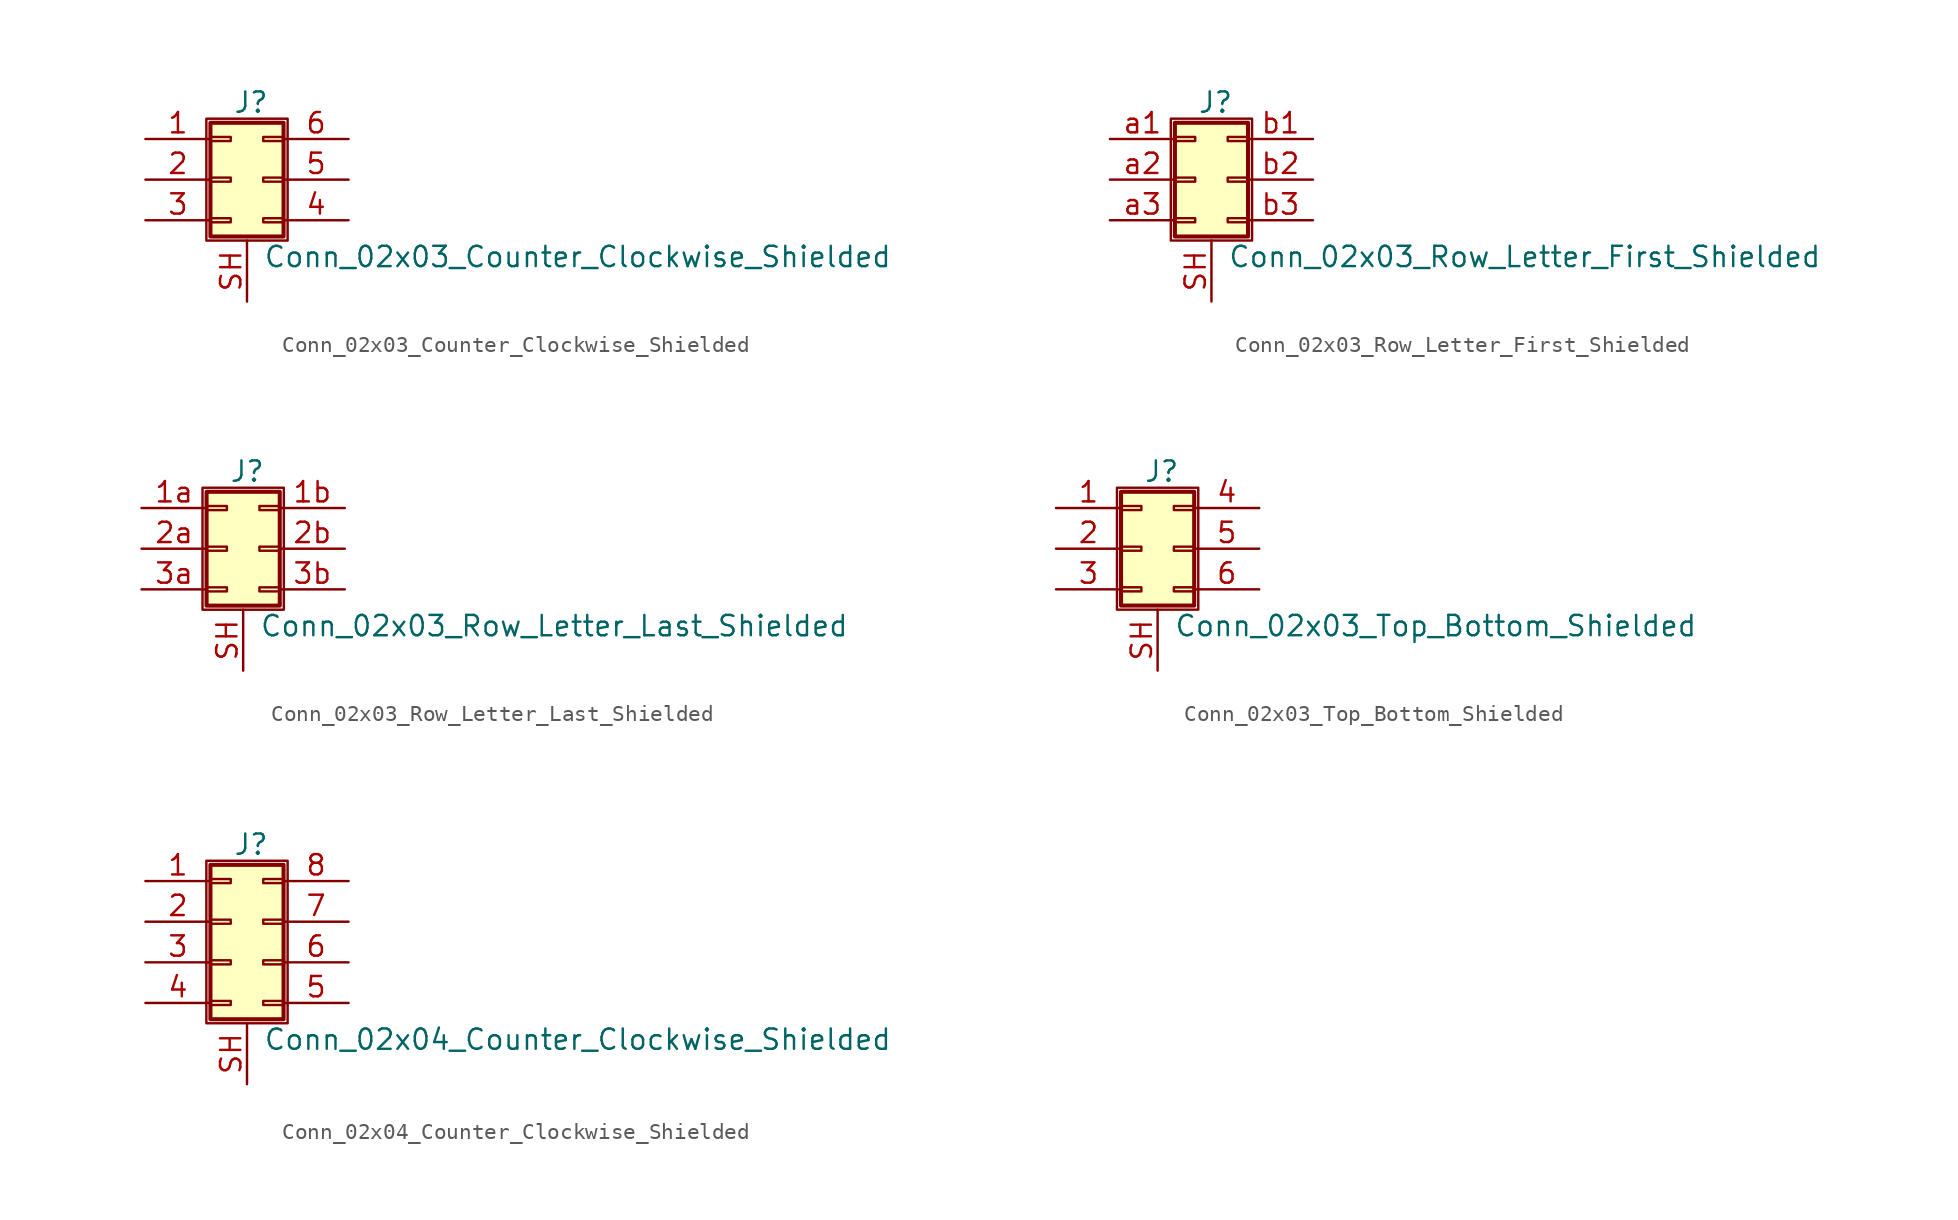
<source format=kicad_sym>
(kicad_symbol_lib
  (version 20220914)
  (generator kicad_symbol_editor)
  (symbol "Conn_02x03_Counter_Clockwise_Shielded"
    (pin_names
      (offset 1.016) hide)
    (property "Reference" "J"
      (at 1.524 4.826 0)
      (effects (font (size 1.27 1.27))))
    (property "Value" "Conn_02x03_Counter_Clockwise_Shielded"
      (at 2.286 -4.826 0)
      (effects (font (size 1.27 1.27)) (justify left)))
    (symbol "Conn_02x03_Counter_Clockwise_Shielded_1_1"
      (rectangle (start -1.27 3.81) (end 3.81 -3.81) (stroke (width 0.152) (type default)) (fill (type none)))
      (rectangle (start -1.016 -2.413) (end 0.254 -2.667) (stroke (width 0.152) (type default)) (fill (type none)))
      (rectangle (start -1.016 0.127) (end 0.254 -0.127) (stroke (width 0.152) (type default)) (fill (type none)))
      (rectangle (start -1.016 2.667) (end 0.254 2.413) (stroke (width 0.152) (type default)) (fill (type none)))
      (rectangle (start -1.016 3.556) (end 3.556 -3.556) (stroke (width 0.254) (type default)) (fill (type background)))
      (rectangle (start 3.556 -2.413) (end 2.286 -2.667) (stroke (width 0.152) (type default)) (fill (type none)))
      (rectangle (start 3.556 0.127) (end 2.286 -0.127) (stroke (width 0.152) (type default)) (fill (type none)))
      (rectangle (start 3.556 2.667) (end 2.286 2.413) (stroke (width 0.152) (type default)) (fill (type none)))
      (pin passive line (at -5.08 2.54 0) (length 4.064) (name "Pin_1" (effects (font (size 1.27 1.27)))) (number "1" (effects (font (size 1.27 1.27)))))
      (pin passive line (at -5.08 0 0) (length 4.064) (name "Pin_2" (effects (font (size 1.27 1.27)))) (number "2" (effects (font (size 1.27 1.27)))))
      (pin passive line (at -5.08 -2.54 0) (length 4.064) (name "Pin_3" (effects (font (size 1.27 1.27)))) (number "3" (effects (font (size 1.27 1.27)))))
      (pin passive line (at 7.62 -2.54 180) (length 4.064) (name "Pin_4" (effects (font (size 1.27 1.27)))) (number "4" (effects (font (size 1.27 1.27)))))
      (pin passive line (at 7.62 0 180) (length 4.064) (name "Pin_5" (effects (font (size 1.27 1.27)))) (number "5" (effects (font (size 1.27 1.27)))))
      (pin passive line (at 7.62 2.54 180) (length 4.064) (name "Pin_6" (effects (font (size 1.27 1.27)))) (number "6" (effects (font (size 1.27 1.27)))))
      (pin passive line (at 1.27 -7.62 90) (length 3.81) (name "Shield" (effects (font (size 1.27 1.27)))) (number "SH" (effects (font (size 1.27 1.27)))))))
  (symbol "Conn_02x03_Row_Letter_First_Shielded"
    (pin_names
      (offset 1.016) hide)
    (property "Reference" "J"
      (at 1.524 4.826 0)
      (effects (font (size 1.27 1.27))))
    (property "Value" "Conn_02x03_Row_Letter_First_Shielded"
      (at 2.286 -4.826 0)
      (effects (font (size 1.27 1.27)) (justify left)))
    (symbol "Conn_02x03_Row_Letter_First_Shielded_1_1"
      (rectangle (start -1.27 3.81) (end 3.81 -3.81) (stroke (width 0.152) (type default)) (fill (type none)))
      (rectangle (start -1.016 -2.413) (end 0.254 -2.667) (stroke (width 0.152) (type default)) (fill (type none)))
      (rectangle (start -1.016 0.127) (end 0.254 -0.127) (stroke (width 0.152) (type default)) (fill (type none)))
      (rectangle (start -1.016 2.667) (end 0.254 2.413) (stroke (width 0.152) (type default)) (fill (type none)))
      (rectangle (start -1.016 3.556) (end 3.556 -3.556) (stroke (width 0.254) (type default)) (fill (type background)))
      (rectangle (start 3.556 -2.413) (end 2.286 -2.667) (stroke (width 0.152) (type default)) (fill (type none)))
      (rectangle (start 3.556 0.127) (end 2.286 -0.127) (stroke (width 0.152) (type default)) (fill (type none)))
      (rectangle (start 3.556 2.667) (end 2.286 2.413) (stroke (width 0.152) (type default)) (fill (type none)))
      (pin passive line (at 1.27 -7.62 90) (length 3.81) (name "Shield" (effects (font (size 1.27 1.27)))) (number "SH" (effects (font (size 1.27 1.27)))))
      (pin passive line (at -5.08 2.54 0) (length 4.064) (name "Pin_a1" (effects (font (size 1.27 1.27)))) (number "a1" (effects (font (size 1.27 1.27)))))
      (pin passive line (at -5.08 0 0) (length 4.064) (name "Pin_a2" (effects (font (size 1.27 1.27)))) (number "a2" (effects (font (size 1.27 1.27)))))
      (pin passive line (at -5.08 -2.54 0) (length 4.064) (name "Pin_a3" (effects (font (size 1.27 1.27)))) (number "a3" (effects (font (size 1.27 1.27)))))
      (pin passive line (at 7.62 2.54 180) (length 4.064) (name "Pin_b1" (effects (font (size 1.27 1.27)))) (number "b1" (effects (font (size 1.27 1.27)))))
      (pin passive line (at 7.62 0 180) (length 4.064) (name "Pin_b2" (effects (font (size 1.27 1.27)))) (number "b2" (effects (font (size 1.27 1.27)))))
      (pin passive line (at 7.62 -2.54 180) (length 4.064) (name "Pin_b3" (effects (font (size 1.27 1.27)))) (number "b3" (effects (font (size 1.27 1.27)))))))
  (symbol "Conn_02x03_Row_Letter_Last_Shielded"
    (pin_names
      (offset 1.016) hide)
    (property "Reference" "J"
      (at 1.524 4.826 0)
      (effects (font (size 1.27 1.27))))
    (property "Value" "Conn_02x03_Row_Letter_Last_Shielded"
      (at 2.286 -4.826 0)
      (effects (font (size 1.27 1.27)) (justify left)))
    (symbol "Conn_02x03_Row_Letter_Last_Shielded_1_1"
      (rectangle (start -1.27 3.81) (end 3.81 -3.81) (stroke (width 0.152) (type default)) (fill (type none)))
      (rectangle (start -1.016 -2.413) (end 0.254 -2.667) (stroke (width 0.152) (type default)) (fill (type none)))
      (rectangle (start -1.016 0.127) (end 0.254 -0.127) (stroke (width 0.152) (type default)) (fill (type none)))
      (rectangle (start -1.016 2.667) (end 0.254 2.413) (stroke (width 0.152) (type default)) (fill (type none)))
      (rectangle (start -1.016 3.556) (end 3.556 -3.556) (stroke (width 0.254) (type default)) (fill (type background)))
      (rectangle (start 3.556 -2.413) (end 2.286 -2.667) (stroke (width 0.152) (type default)) (fill (type none)))
      (rectangle (start 3.556 0.127) (end 2.286 -0.127) (stroke (width 0.152) (type default)) (fill (type none)))
      (rectangle (start 3.556 2.667) (end 2.286 2.413) (stroke (width 0.152) (type default)) (fill (type none)))
      (pin passive line (at -5.08 2.54 0) (length 4.064) (name "Pin_1a" (effects (font (size 1.27 1.27)))) (number "1a" (effects (font (size 1.27 1.27)))))
      (pin passive line (at 7.62 2.54 180) (length 4.064) (name "Pin_1b" (effects (font (size 1.27 1.27)))) (number "1b" (effects (font (size 1.27 1.27)))))
      (pin passive line (at -5.08 0 0) (length 4.064) (name "Pin_2a" (effects (font (size 1.27 1.27)))) (number "2a" (effects (font (size 1.27 1.27)))))
      (pin passive line (at 7.62 0 180) (length 4.064) (name "Pin_2b" (effects (font (size 1.27 1.27)))) (number "2b" (effects (font (size 1.27 1.27)))))
      (pin passive line (at -5.08 -2.54 0) (length 4.064) (name "Pin_3a" (effects (font (size 1.27 1.27)))) (number "3a" (effects (font (size 1.27 1.27)))))
      (pin passive line (at 7.62 -2.54 180) (length 4.064) (name "Pin_3b" (effects (font (size 1.27 1.27)))) (number "3b" (effects (font (size 1.27 1.27)))))
      (pin passive line (at 1.27 -7.62 90) (length 3.81) (name "Shield" (effects (font (size 1.27 1.27)))) (number "SH" (effects (font (size 1.27 1.27)))))))
  (symbol "Conn_02x03_Top_Bottom_Shielded"
    (pin_names
      (offset 1.016) hide)
    (property "Reference" "J"
      (at 1.524 4.826 0)
      (effects (font (size 1.27 1.27))))
    (property "Value" "Conn_02x03_Top_Bottom_Shielded"
      (at 2.286 -4.826 0)
      (effects (font (size 1.27 1.27)) (justify left)))
    (symbol "Conn_02x03_Top_Bottom_Shielded_1_1"
      (rectangle (start -1.27 3.81) (end 3.81 -3.81) (stroke (width 0.152) (type default)) (fill (type none)))
      (rectangle (start -1.016 -2.413) (end 0.254 -2.667) (stroke (width 0.152) (type default)) (fill (type none)))
      (rectangle (start -1.016 0.127) (end 0.254 -0.127) (stroke (width 0.152) (type default)) (fill (type none)))
      (rectangle (start -1.016 2.667) (end 0.254 2.413) (stroke (width 0.152) (type default)) (fill (type none)))
      (rectangle (start -1.016 3.556) (end 3.556 -3.556) (stroke (width 0.254) (type default)) (fill (type background)))
      (rectangle (start 3.556 -2.413) (end 2.286 -2.667) (stroke (width 0.152) (type default)) (fill (type none)))
      (rectangle (start 3.556 0.127) (end 2.286 -0.127) (stroke (width 0.152) (type default)) (fill (type none)))
      (rectangle (start 3.556 2.667) (end 2.286 2.413) (stroke (width 0.152) (type default)) (fill (type none)))
      (pin passive line (at -5.08 2.54 0) (length 4.064) (name "Pin_1" (effects (font (size 1.27 1.27)))) (number "1" (effects (font (size 1.27 1.27)))))
      (pin passive line (at -5.08 0 0) (length 4.064) (name "Pin_2" (effects (font (size 1.27 1.27)))) (number "2" (effects (font (size 1.27 1.27)))))
      (pin passive line (at -5.08 -2.54 0) (length 4.064) (name "Pin_3" (effects (font (size 1.27 1.27)))) (number "3" (effects (font (size 1.27 1.27)))))
      (pin passive line (at 7.62 2.54 180) (length 4.064) (name "Pin_4" (effects (font (size 1.27 1.27)))) (number "4" (effects (font (size 1.27 1.27)))))
      (pin passive line (at 7.62 0 180) (length 4.064) (name "Pin_5" (effects (font (size 1.27 1.27)))) (number "5" (effects (font (size 1.27 1.27)))))
      (pin passive line (at 7.62 -2.54 180) (length 4.064) (name "Pin_6" (effects (font (size 1.27 1.27)))) (number "6" (effects (font (size 1.27 1.27)))))
      (pin passive line (at 1.27 -7.62 90) (length 3.81) (name "Shield" (effects (font (size 1.27 1.27)))) (number "SH" (effects (font (size 1.27 1.27)))))))
  (symbol "Conn_02x04_Counter_Clockwise_Shielded"
    (pin_names
      (offset 1.016) hide)
    (property "Reference" "J"
      (at 1.524 4.826 0)
      (effects (font (size 1.27 1.27))))
    (property "Value" "Conn_02x04_Counter_Clockwise_Shielded"
      (at 2.286 -7.366 0)
      (effects (font (size 1.27 1.27)) (justify left)))
    (symbol "Conn_02x04_Counter_Clockwise_Shielded_1_1"
      (rectangle (start -1.27 3.81) (end 3.81 -6.35) (stroke (width 0.152) (type default)) (fill (type none)))
      (rectangle (start -1.016 -4.953) (end 0.254 -5.207) (stroke (width 0.152) (type default)) (fill (type none)))
      (rectangle (start -1.016 -2.413) (end 0.254 -2.667) (stroke (width 0.152) (type default)) (fill (type none)))
      (rectangle (start -1.016 0.127) (end 0.254 -0.127) (stroke (width 0.152) (type default)) (fill (type none)))
      (rectangle (start -1.016 2.667) (end 0.254 2.413) (stroke (width 0.152) (type default)) (fill (type none)))
      (rectangle (start -1.016 3.556) (end 3.556 -6.096) (stroke (width 0.254) (type default)) (fill (type background)))
      (rectangle (start 3.556 -4.953) (end 2.286 -5.207) (stroke (width 0.152) (type default)) (fill (type none)))
      (rectangle (start 3.556 -2.413) (end 2.286 -2.667) (stroke (width 0.152) (type default)) (fill (type none)))
      (rectangle (start 3.556 0.127) (end 2.286 -0.127) (stroke (width 0.152) (type default)) (fill (type none)))
      (rectangle (start 3.556 2.667) (end 2.286 2.413) (stroke (width 0.152) (type default)) (fill (type none)))
      (pin passive line (at -5.08 2.54 0) (length 4.064) (name "Pin_1" (effects (font (size 1.27 1.27)))) (number "1" (effects (font (size 1.27 1.27)))))
      (pin passive line (at -5.08 0 0) (length 4.064) (name "Pin_2" (effects (font (size 1.27 1.27)))) (number "2" (effects (font (size 1.27 1.27)))))
      (pin passive line (at -5.08 -2.54 0) (length 4.064) (name "Pin_3" (effects (font (size 1.27 1.27)))) (number "3" (effects (font (size 1.27 1.27)))))
      (pin passive line (at -5.08 -5.08 0) (length 4.064) (name "Pin_4" (effects (font (size 1.27 1.27)))) (number "4" (effects (font (size 1.27 1.27)))))
      (pin passive line (at 7.62 -5.08 180) (length 4.064) (name "Pin_5" (effects (font (size 1.27 1.27)))) (number "5" (effects (font (size 1.27 1.27)))))
      (pin passive line (at 7.62 -2.54 180) (length 4.064) (name "Pin_6" (effects (font (size 1.27 1.27)))) (number "6" (effects (font (size 1.27 1.27)))))
      (pin passive line (at 7.62 0 180) (length 4.064) (name "Pin_7" (effects (font (size 1.27 1.27)))) (number "7" (effects (font (size 1.27 1.27)))))
      (pin passive line (at 7.62 2.54 180) (length 4.064) (name "Pin_8" (effects (font (size 1.27 1.27)))) (number "8" (effects (font (size 1.27 1.27)))))
      (pin passive line (at 1.27 -10.16 90) (length 3.81) (name "Shield" (effects (font (size 1.27 1.27)))) (number "SH" (effects (font (size 1.27 1.27))))))))
</source>
